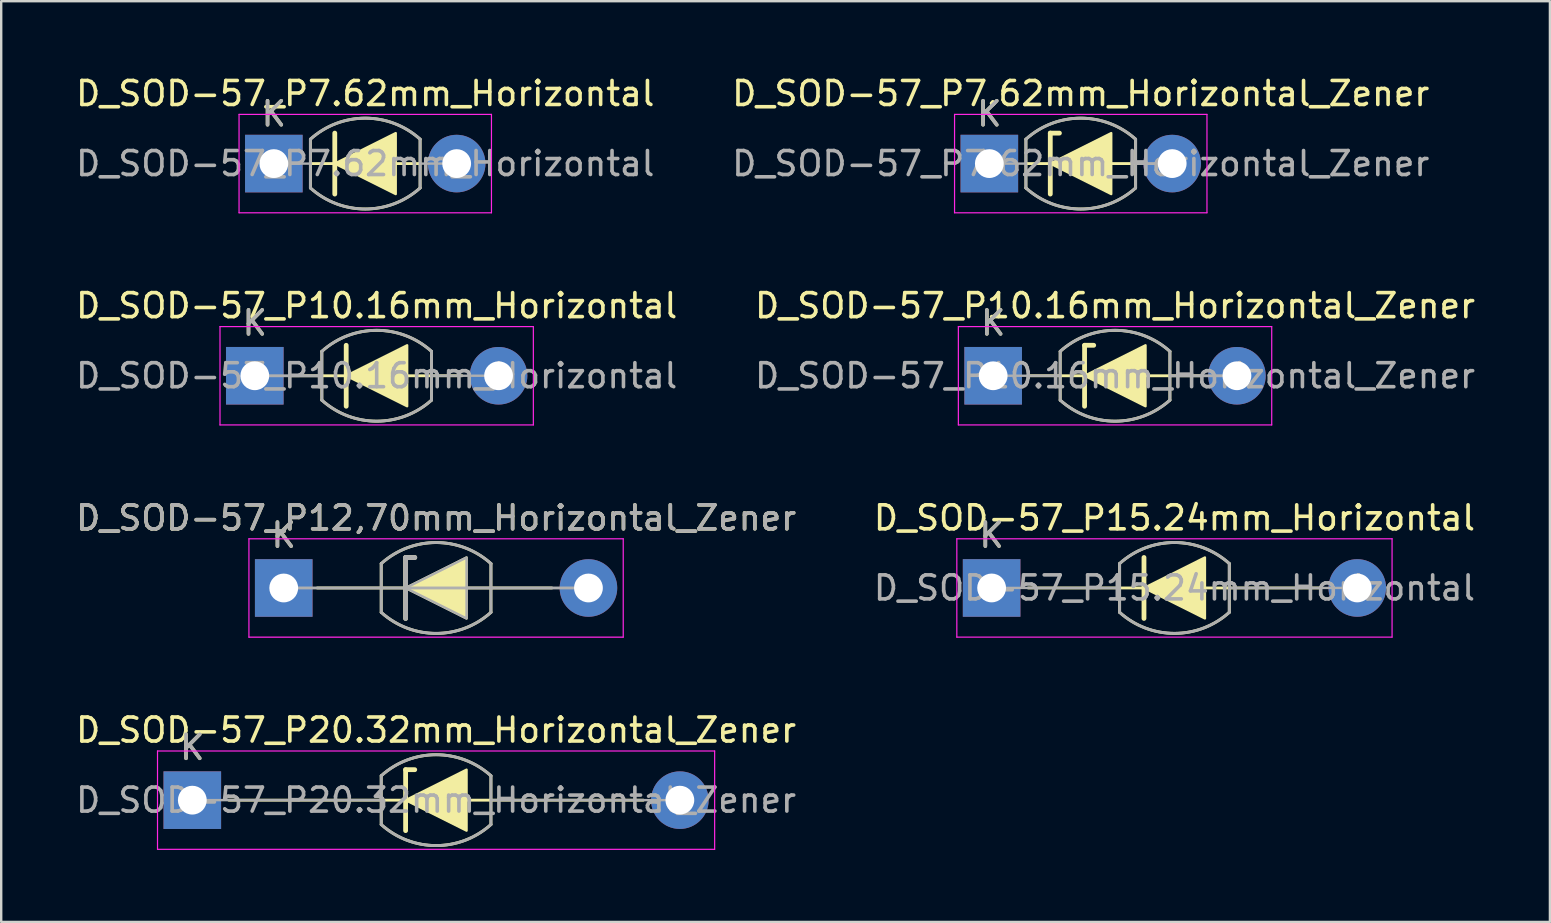
<source format=kicad_pcb>
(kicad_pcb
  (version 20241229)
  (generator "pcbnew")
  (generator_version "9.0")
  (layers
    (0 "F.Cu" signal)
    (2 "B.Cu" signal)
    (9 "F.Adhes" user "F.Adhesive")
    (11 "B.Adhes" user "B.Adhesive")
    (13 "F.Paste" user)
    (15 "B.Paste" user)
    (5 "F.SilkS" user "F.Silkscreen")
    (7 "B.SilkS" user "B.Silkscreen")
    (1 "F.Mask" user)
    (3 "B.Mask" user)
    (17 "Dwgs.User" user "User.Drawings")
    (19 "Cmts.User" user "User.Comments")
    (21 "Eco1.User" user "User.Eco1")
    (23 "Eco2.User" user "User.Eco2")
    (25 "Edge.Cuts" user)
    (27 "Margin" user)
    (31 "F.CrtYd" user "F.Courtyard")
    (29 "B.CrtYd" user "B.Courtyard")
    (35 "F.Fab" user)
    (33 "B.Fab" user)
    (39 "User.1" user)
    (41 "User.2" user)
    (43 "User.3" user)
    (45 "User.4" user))
  (footprint "D_SOD-57_P12,70mm_Horizontal_Zener"
    (layer "F.Cu")
    (at 8.775 21.456)
    (property "Reference" "D_SOD-57_P12,70mm_Horizontal_Zener" (at 6.35 -2.92 0) (layer "F.SilkS") (effects (font (size 1 1) (thickness 0.15))))
    (attr through_hole)
    (fp_line (start 1.397 0) (end 11.176 0) (stroke (width 0.12) (type solid)) (layer "F.SilkS"))
    (fp_line (start 4.064 -1.016) (end 4.064 1.016) (stroke (width 0.12) (type solid)) (layer "F.SilkS"))
    (fp_line (start 5.08 -1.27) (end 5.461 -1.27) (stroke (width 0.2) (type solid)) (layer "F.SilkS"))
    (fp_line (start 5.08 1.27) (end 5.08 -1.27) (stroke (width 0.2) (type solid)) (layer "F.SilkS"))
    (fp_line (start 8.636 -1.016) (end 8.636 1.016) (stroke (width 0.12) (type solid)) (layer "F.SilkS"))
    (fp_arc (start 4.064 -1.016) (mid 6.349999 -1.89322) (end 8.635998 -1.016) (stroke (width 0.12) (type solid)) (layer "F.SilkS"))
    (fp_arc (start 8.636 1.016) (mid 6.350001 1.89322) (end 4.064002 1.016) (stroke (width 0.12) (type solid)) (layer "F.SilkS"))
    (fp_poly (pts (xy 7.62 1.27) (xy 5.08 0) (xy 7.62 -1.27)) (stroke (width 0.1) (type solid)) (fill yes) (layer "F.SilkS"))
    (fp_line (start -1.45 -2.05) (end -1.45 2.05) (stroke (width 0.05) (type solid)) (layer "F.CrtYd"))
    (fp_line (start -1.45 2.05) (end 14.15 2.05) (stroke (width 0.05) (type solid)) (layer "F.CrtYd"))
    (fp_line (start 14.15 -2.05) (end -1.45 -2.05) (stroke (width 0.05) (type solid)) (layer "F.CrtYd"))
    (fp_line (start 14.15 2.05) (end 14.15 -2.05) (stroke (width 0.05) (type solid)) (layer "F.CrtYd"))
    (fp_line (start 0 0) (end 12.7 0) (stroke (width 0.12) (type solid)) (layer "F.Fab"))
    (fp_line (start 4.064 -1.016) (end 4.064 1.016) (stroke (width 0.12) (type solid)) (layer "F.Fab"))
    (fp_line (start 5.08 -1.27) (end 5.461 -1.27) (stroke (width 0.2) (type solid)) (layer "F.Fab"))
    (fp_line (start 5.08 1.27) (end 5.08 -1.27) (stroke (width 0.2) (type solid)) (layer "F.Fab"))
    (fp_line (start 8.636 -1.016) (end 8.636 1.016) (stroke (width 0.12) (type solid)) (layer "F.Fab"))
    (fp_arc (start 4.064 -1.016) (mid 6.35037 -1.894241) (end 8.637132 -1.017021) (stroke (width 0.12) (type solid)) (layer "F.Fab"))
    (fp_arc (start 8.637134 1.014979) (mid 6.350764 1.89322) (end 4.064002 1.016) (stroke (width 0.12) (type solid)) (layer "F.Fab"))
    (fp_poly (pts (xy 7.62 1.27) (xy 5.08 0) (xy 7.62 -1.27)) (stroke (width 0.1) (type solid)) (fill no) (layer "F.Fab"))
    (fp_text user "K" (at 0 -2.2 0) (layer "F.SilkS") (effects (font (size 1 1) (thickness 0.15))))
    (fp_text user "${REFERENCE}" (at 6.35 -2.921 0) (layer "F.Fab") (effects (font (size 1 1) (thickness 0.15))))
    (fp_text user "K" (at 0 -2.2 0) (layer "F.Fab") (effects (font (size 1 1) (thickness 0.15))))
    (pad "1" thru_hole rect (at 0 0) (size 2.4 2.4) (drill 1.2) (layers "*.Cu" "*.Mask"))
    (pad "2" thru_hole oval (at 12.7 0) (size 2.4 2.4) (drill 1.2) (layers "*.Cu" "*.Mask")))
  (footprint "D_SOD-57_P15.24mm_Horizontal"
    (layer "F.Cu")
    (at 38.279 21.455)
    (property "Reference" "D_SOD-57_P15.24mm_Horizontal" (at 7.62 -2.92 0) (layer "F.SilkS") (effects (font (size 1 1) (thickness 0.15))))
    (attr through_hole)
    (fp_line (start 1.524 0) (end 13.716 0) (stroke (width 0.12) (type solid)) (layer "F.SilkS"))
    (fp_line (start 5.334 -1.016) (end 5.334 1.016) (stroke (width 0.12) (type solid)) (layer "F.SilkS"))
    (fp_line (start 6.35 1.27) (end 6.35 -1.27) (stroke (width 0.2) (type solid)) (layer "F.SilkS"))
    (fp_line (start 9.906 -1.016) (end 9.906 1.016) (stroke (width 0.12) (type solid)) (layer "F.SilkS"))
    (fp_arc (start 5.334 -1.016) (mid 7.619999 -1.89322) (end 9.905998 -1.016) (stroke (width 0.12) (type solid)) (layer "F.SilkS"))
    (fp_arc (start 9.906 1.016) (mid 7.620001 1.89322) (end 5.334002 1.016) (stroke (width 0.12) (type solid)) (layer "F.SilkS"))
    (fp_poly (pts (xy 8.89 1.27) (xy 6.35 0) (xy 8.89 -1.27)) (stroke (width 0.1) (type solid)) (fill yes) (layer "F.SilkS"))
    (fp_line (start -1.45 -2.05) (end -1.45 2.05) (stroke (width 0.05) (type solid)) (layer "F.CrtYd"))
    (fp_line (start -1.45 2.05) (end 16.69 2.05) (stroke (width 0.05) (type solid)) (layer "F.CrtYd"))
    (fp_line (start 16.69 -2.05) (end -1.45 -2.05) (stroke (width 0.05) (type solid)) (layer "F.CrtYd"))
    (fp_line (start 16.69 2.05) (end 16.69 -2.05) (stroke (width 0.05) (type solid)) (layer "F.CrtYd"))
    (fp_line (start 0 0) (end 5.334 0) (stroke (width 0.1) (type solid)) (layer "F.Fab"))
    (fp_line (start 5.334 -1.016) (end 5.334 1.016) (stroke (width 0.12) (type solid)) (layer "F.Fab"))
    (fp_line (start 9.906 -1.016) (end 9.906 1.016) (stroke (width 0.12) (type solid)) (layer "F.Fab"))
    (fp_line (start 15.24 0) (end 9.906 0) (stroke (width 0.1) (type solid)) (layer "F.Fab"))
    (fp_arc (start 5.334 -1.016) (mid 7.62037 -1.894241) (end 9.907132 -1.017021) (stroke (width 0.12) (type solid)) (layer "F.Fab"))
    (fp_arc (start 9.907134 1.014979) (mid 7.620764 1.89322) (end 5.334002 1.016) (stroke (width 0.12) (type solid)) (layer "F.Fab"))
    (fp_text user "K" (at 0 -2.2 0) (layer "F.SilkS") (effects (font (size 1 1) (thickness 0.15))))
    (fp_text user "${REFERENCE}" (at 7.62 0 0) (layer "F.Fab") (effects (font (size 1 1) (thickness 0.15))))
    (fp_text user "K" (at 0 -2.2 0) (layer "F.Fab") (effects (font (size 1 1) (thickness 0.15))))
    (pad "1" thru_hole rect (at 0 0) (size 2.4 2.4) (drill 1.2) (layers "*.Cu" "*.Mask"))
    (pad "2" thru_hole oval (at 15.24 0) (size 2.4 2.4) (drill 1.2) (layers "*.Cu" "*.Mask")))
  (footprint "D_SOD-57_P10.16mm_Horizontal"
    (layer "F.Cu")
    (at 7.569 12.611)
    (property "Reference" "D_SOD-57_P10.16mm_Horizontal" (at 5.08 -2.92 0) (layer "F.SilkS") (effects (font (size 1 1) (thickness 0.15))))
    (attr through_hole)
    (fp_line (start 1.524 0) (end 8.636 0) (stroke (width 0.12) (type solid)) (layer "F.SilkS"))
    (fp_line (start 2.794 -1.016) (end 2.794 1.016) (stroke (width 0.12) (type solid)) (layer "F.SilkS"))
    (fp_line (start 3.81 1.27) (end 3.81 -1.27) (stroke (width 0.2) (type solid)) (layer "F.SilkS"))
    (fp_line (start 7.366 -1.016) (end 7.366 1.016) (stroke (width 0.12) (type solid)) (layer "F.SilkS"))
    (fp_arc (start 2.794 -1.016) (mid 5.079999 -1.89322) (end 7.365998 -1.016) (stroke (width 0.12) (type solid)) (layer "F.SilkS"))
    (fp_arc (start 7.366 1.016) (mid 5.080001 1.89322) (end 2.794002 1.016) (stroke (width 0.12) (type solid)) (layer "F.SilkS"))
    (fp_poly (pts (xy 6.35 1.27) (xy 3.81 0) (xy 6.35 -1.27)) (stroke (width 0.1) (type solid)) (fill yes) (layer "F.SilkS"))
    (fp_line (start -1.45 -2.05) (end -1.45 2.05) (stroke (width 0.05) (type solid)) (layer "F.CrtYd"))
    (fp_line (start -1.45 2.05) (end 11.61 2.05) (stroke (width 0.05) (type solid)) (layer "F.CrtYd"))
    (fp_line (start 11.61 -2.05) (end -1.45 -2.05) (stroke (width 0.05) (type solid)) (layer "F.CrtYd"))
    (fp_line (start 11.61 2.05) (end 11.61 -2.05) (stroke (width 0.05) (type solid)) (layer "F.CrtYd"))
    (fp_line (start 0 0) (end 2.794 0) (stroke (width 0.12) (type solid)) (layer "F.Fab"))
    (fp_line (start 2.794 -1.016) (end 2.794 1.016) (stroke (width 0.12) (type solid)) (layer "F.Fab"))
    (fp_line (start 7.366 -1.016) (end 7.366 1.016) (stroke (width 0.12) (type solid)) (layer "F.Fab"))
    (fp_line (start 7.366 0) (end 10.16 0) (stroke (width 0.1) (type solid)) (layer "F.Fab"))
    (fp_arc (start 2.794 -1.016) (mid 5.08037 -1.894241) (end 7.367132 -1.017021) (stroke (width 0.12) (type solid)) (layer "F.Fab"))
    (fp_arc (start 7.367134 1.014979) (mid 5.080764 1.89322) (end 2.794002 1.016) (stroke (width 0.12) (type solid)) (layer "F.Fab"))
    (fp_text user "K" (at 0 -2.2 0) (layer "F.SilkS") (effects (font (size 1 1) (thickness 0.15))))
    (fp_text user "K" (at 0 -2.2 0) (layer "F.Fab") (effects (font (size 1 1) (thickness 0.15))))
    (fp_text user "${REFERENCE}" (at 5.08 0 0) (layer "F.Fab") (effects (font (size 1 1) (thickness 0.15))))
    (pad "1" thru_hole rect (at 0 0) (size 2.4 2.4) (drill 1.2) (layers "*.Cu" "*.Mask"))
    (pad "2" thru_hole oval (at 10.16 0) (size 2.4 2.4) (drill 1.2) (layers "*.Cu" "*.Mask")))
  (footprint "D_SOD-57_P7.62mm_Horizontal_Zener"
    (layer "F.Cu")
    (at 38.184 3.768)
    (property "Reference" "D_SOD-57_P7.62mm_Horizontal_Zener" (at 3.81 -2.92 0) (layer "F.SilkS") (effects (font (size 1 1) (thickness 0.15))))
    (attr through_hole)
    (fp_line (start 1.524 -1.016) (end 1.524 1.016) (stroke (width 0.12) (type solid)) (layer "F.SilkS"))
    (fp_line (start 1.524 0) (end 6.096 0) (stroke (width 0.12) (type solid)) (layer "F.SilkS"))
    (fp_line (start 2.54 -1.27) (end 2.921 -1.27) (stroke (width 0.2) (type solid)) (layer "F.SilkS"))
    (fp_line (start 2.54 1.27) (end 2.54 -1.27) (stroke (width 0.2) (type solid)) (layer "F.SilkS"))
    (fp_line (start 6.096 -1.016) (end 6.096 1.016) (stroke (width 0.12) (type solid)) (layer "F.SilkS"))
    (fp_arc (start 1.524 -1.016) (mid 3.809999 -1.89322) (end 6.095998 -1.016) (stroke (width 0.12) (type solid)) (layer "F.SilkS"))
    (fp_arc (start 6.096 1.016) (mid 3.810001 1.89322) (end 1.524002 1.016) (stroke (width 0.12) (type solid)) (layer "F.SilkS"))
    (fp_poly (pts (xy 5.08 1.27) (xy 2.54 0) (xy 5.08 -1.27)) (stroke (width 0.1) (type solid)) (fill yes) (layer "F.SilkS"))
    (fp_line (start -1.45 -2.05) (end -1.45 2.05) (stroke (width 0.05) (type solid)) (layer "F.CrtYd"))
    (fp_line (start -1.45 2.05) (end 9.07 2.05) (stroke (width 0.05) (type solid)) (layer "F.CrtYd"))
    (fp_line (start 9.07 -2.05) (end -1.45 -2.05) (stroke (width 0.05) (type solid)) (layer "F.CrtYd"))
    (fp_line (start 9.07 2.05) (end 9.07 -2.05) (stroke (width 0.05) (type solid)) (layer "F.CrtYd"))
    (fp_line (start 0 0) (end 1.524 0) (stroke (width 0.1) (type solid)) (layer "F.Fab"))
    (fp_line (start 1.524 -1.016) (end 1.524 1.016) (stroke (width 0.12) (type solid)) (layer "F.Fab"))
    (fp_line (start 6.096 -1.016) (end 6.096 1.016) (stroke (width 0.12) (type solid)) (layer "F.Fab"))
    (fp_line (start 6.096 0) (end 7.62 0) (stroke (width 0.12) (type solid)) (layer "F.Fab"))
    (fp_arc (start 1.524 -1.016) (mid 3.81037 -1.894241) (end 6.097132 -1.017021) (stroke (width 0.12) (type solid)) (layer "F.Fab"))
    (fp_arc (start 6.097134 1.014979) (mid 3.810764 1.89322) (end 1.524002 1.016) (stroke (width 0.12) (type solid)) (layer "F.Fab"))
    (fp_text user "K" (at 0 -2.073 0) (layer "F.SilkS") (effects (font (size 1 1) (thickness 0.15))))
    (fp_text user "K" (at 0 -2.073 0) (layer "F.Fab") (effects (font (size 1 1) (thickness 0.15))))
    (fp_text user "${REFERENCE}" (at 3.81 0 0) (layer "F.Fab") (effects (font (size 1 1) (thickness 0.15))))
    (pad "1" thru_hole rect (at 0 0) (size 2.4 2.4) (drill 1.2) (layers "*.Cu" "*.Mask"))
    (pad "2" thru_hole oval (at 7.62 0) (size 2.4 2.4) (drill 1.2) (layers "*.Cu" "*.Mask")))
  (footprint "D_SOD-57_P20.32mm_Horizontal_Zener"
    (layer "F.Cu")
    (at 4.965 30.299)
    (property "Reference" "D_SOD-57_P20.32mm_Horizontal_Zener" (at 10.16 -2.92 0) (layer "F.SilkS") (effects (font (size 1 1) (thickness 0.15))))
    (attr through_hole)
    (fp_line (start 1.524 0) (end 18.796 0) (stroke (width 0.12) (type solid)) (layer "F.SilkS"))
    (fp_line (start 7.874 -1.016) (end 7.874 1.016) (stroke (width 0.12) (type solid)) (layer "F.SilkS"))
    (fp_line (start 8.89 -1.27) (end 9.271 -1.27) (stroke (width 0.2) (type solid)) (layer "F.SilkS"))
    (fp_line (start 8.89 1.27) (end 8.89 -1.27) (stroke (width 0.2) (type solid)) (layer "F.SilkS"))
    (fp_line (start 12.446 -1.016) (end 12.446 1.016) (stroke (width 0.12) (type solid)) (layer "F.SilkS"))
    (fp_arc (start 7.874 -1.016) (mid 10.159999 -1.89322) (end 12.445998 -1.016) (stroke (width 0.12) (type solid)) (layer "F.SilkS"))
    (fp_arc (start 12.446 1.016) (mid 10.160001 1.89322) (end 7.874002 1.016) (stroke (width 0.12) (type solid)) (layer "F.SilkS"))
    (fp_poly (pts (xy 11.43 1.27) (xy 8.89 0) (xy 11.43 -1.27)) (stroke (width 0.1) (type solid)) (fill yes) (layer "F.SilkS"))
    (fp_line (start -1.45 -2.05) (end -1.45 2.05) (stroke (width 0.05) (type solid)) (layer "F.CrtYd"))
    (fp_line (start -1.45 2.05) (end 21.77 2.05) (stroke (width 0.05) (type solid)) (layer "F.CrtYd"))
    (fp_line (start 21.77 -2.05) (end -1.45 -2.05) (stroke (width 0.05) (type solid)) (layer "F.CrtYd"))
    (fp_line (start 21.77 2.05) (end 21.77 -2.05) (stroke (width 0.05) (type solid)) (layer "F.CrtYd"))
    (fp_line (start 0 0) (end 7.874 0) (stroke (width 0.1) (type solid)) (layer "F.Fab"))
    (fp_line (start 7.874 -1.016) (end 7.874 1.016) (stroke (width 0.12) (type solid)) (layer "F.Fab"))
    (fp_line (start 12.446 -1.016) (end 12.446 1.016) (stroke (width 0.12) (type solid)) (layer "F.Fab"))
    (fp_line (start 20.32 0) (end 12.446 0) (stroke (width 0.1) (type solid)) (layer "F.Fab"))
    (fp_arc (start 7.874 -1.016) (mid 10.16037 -1.894241) (end 12.447132 -1.017021) (stroke (width 0.12) (type solid)) (layer "F.Fab"))
    (fp_arc (start 12.447134 1.014979) (mid 10.160764 1.89322) (end 7.874002 1.016) (stroke (width 0.12) (type solid)) (layer "F.Fab"))
    (fp_text user "K" (at 0 -2.2 0) (layer "F.SilkS") (effects (font (size 1 1) (thickness 0.15))))
    (fp_text user "${REFERENCE}" (at 10.16 0 0) (layer "F.Fab") (effects (font (size 1 1) (thickness 0.15))))
    (fp_text user "K" (at 0 -2.2 0) (layer "F.Fab") (effects (font (size 1 1) (thickness 0.15))))
    (pad "1" thru_hole rect (at 0 0) (size 2.4 2.4) (drill 1.2) (layers "*.Cu" "*.Mask"))
    (pad "2" thru_hole oval (at 20.32 0) (size 2.4 2.4) (drill 1.2) (layers "*.Cu" "*.Mask")))
  (footprint "D_SOD-57_P7.62mm_Horizontal"
    (layer "F.Cu")
    (at 8.363 3.768)
    (property "Reference" "D_SOD-57_P7.62mm_Horizontal" (at 3.81 -2.92 0) (layer "F.SilkS") (effects (font (size 1 1) (thickness 0.15))))
    (attr through_hole)
    (fp_line (start 1.524 -1.016) (end 1.524 1.016) (stroke (width 0.12) (type solid)) (layer "F.SilkS"))
    (fp_line (start 1.524 0) (end 6.096 0) (stroke (width 0.12) (type solid)) (layer "F.SilkS"))
    (fp_line (start 2.54 1.27) (end 2.54 -1.27) (stroke (width 0.2) (type solid)) (layer "F.SilkS"))
    (fp_line (start 6.096 -1.016) (end 6.096 1.016) (stroke (width 0.12) (type solid)) (layer "F.SilkS"))
    (fp_arc (start 1.524 -1.016) (mid 3.809999 -1.89322) (end 6.095998 -1.016) (stroke (width 0.12) (type solid)) (layer "F.SilkS"))
    (fp_arc (start 6.096 1.016) (mid 3.810001 1.89322) (end 1.524002 1.016) (stroke (width 0.12) (type solid)) (layer "F.SilkS"))
    (fp_poly (pts (xy 5.08 1.27) (xy 2.54 0) (xy 5.08 -1.27)) (stroke (width 0.1) (type solid)) (fill yes) (layer "F.SilkS"))
    (fp_line (start -1.45 -2.05) (end -1.45 2.05) (stroke (width 0.05) (type solid)) (layer "F.CrtYd"))
    (fp_line (start -1.45 2.05) (end 9.07 2.05) (stroke (width 0.05) (type solid)) (layer "F.CrtYd"))
    (fp_line (start 9.07 -2.05) (end -1.45 -2.05) (stroke (width 0.05) (type solid)) (layer "F.CrtYd"))
    (fp_line (start 9.07 2.05) (end 9.07 -2.05) (stroke (width 0.05) (type solid)) (layer "F.CrtYd"))
    (fp_line (start 0 0) (end 1.524 0) (stroke (width 0.1) (type solid)) (layer "F.Fab"))
    (fp_line (start 1.524 -1.016) (end 1.524 1.016) (stroke (width 0.12) (type solid)) (layer "F.Fab"))
    (fp_line (start 6.096 -1.016) (end 6.096 1.016) (stroke (width 0.12) (type solid)) (layer "F.Fab"))
    (fp_line (start 7.62 0) (end 6.096 0) (stroke (width 0.1) (type solid)) (layer "F.Fab"))
    (fp_arc (start 1.524 -1.016) (mid 3.81037 -1.894241) (end 6.097132 -1.017021) (stroke (width 0.12) (type solid)) (layer "F.Fab"))
    (fp_arc (start 6.097134 1.014979) (mid 3.810764 1.89322) (end 1.524002 1.016) (stroke (width 0.12) (type solid)) (layer "F.Fab"))
    (fp_text user "K" (at 0 -2.073 0) (layer "F.SilkS") (effects (font (size 1 1) (thickness 0.15))))
    (fp_text user "K" (at 0 -2.073 0) (layer "F.Fab") (effects (font (size 1 1) (thickness 0.15))))
    (fp_text user "${REFERENCE}" (at 3.81 0 0) (layer "F.Fab") (effects (font (size 1 1) (thickness 0.15))))
    (pad "1" thru_hole rect (at 0 0) (size 2.4 2.4) (drill 1.2) (layers "*.Cu" "*.Mask"))
    (pad "2" thru_hole oval (at 7.62 0) (size 2.4 2.4) (drill 1.2) (layers "*.Cu" "*.Mask")))
  (footprint "D_SOD-57_P10.16mm_Horizontal_Zener"
    (layer "F.Cu")
    (at 38.343 12.611)
    (property "Reference" "D_SOD-57_P10.16mm_Horizontal_Zener" (at 5.08 -2.92 0) (layer "F.SilkS") (effects (font (size 1 1) (thickness 0.15))))
    (attr through_hole)
    (fp_line (start 1.524 0) (end 8.636 0) (stroke (width 0.12) (type solid)) (layer "F.SilkS"))
    (fp_line (start 2.794 -1.016) (end 2.794 1.016) (stroke (width 0.12) (type solid)) (layer "F.SilkS"))
    (fp_line (start 3.81 -1.27) (end 4.191 -1.27) (stroke (width 0.2) (type solid)) (layer "F.SilkS"))
    (fp_line (start 3.81 1.27) (end 3.81 -1.27) (stroke (width 0.2) (type solid)) (layer "F.SilkS"))
    (fp_line (start 7.366 -1.016) (end 7.366 1.016) (stroke (width 0.12) (type solid)) (layer "F.SilkS"))
    (fp_arc (start 2.794 -1.016) (mid 5.079999 -1.89322) (end 7.365998 -1.016) (stroke (width 0.12) (type solid)) (layer "F.SilkS"))
    (fp_arc (start 7.366 1.016) (mid 5.080001 1.89322) (end 2.794002 1.016) (stroke (width 0.12) (type solid)) (layer "F.SilkS"))
    (fp_poly (pts (xy 6.35 1.27) (xy 3.81 0) (xy 6.35 -1.27)) (stroke (width 0.1) (type solid)) (fill yes) (layer "F.SilkS"))
    (fp_line (start -1.45 -2.05) (end -1.45 2.05) (stroke (width 0.05) (type solid)) (layer "F.CrtYd"))
    (fp_line (start -1.45 2.05) (end 11.61 2.05) (stroke (width 0.05) (type solid)) (layer "F.CrtYd"))
    (fp_line (start 11.61 -2.05) (end -1.45 -2.05) (stroke (width 0.05) (type solid)) (layer "F.CrtYd"))
    (fp_line (start 11.61 2.05) (end 11.61 -2.05) (stroke (width 0.05) (type solid)) (layer "F.CrtYd"))
    (fp_line (start 0 0) (end 2.794 0) (stroke (width 0.1) (type solid)) (layer "F.Fab"))
    (fp_line (start 2.794 -1.016) (end 2.794 1.016) (stroke (width 0.12) (type solid)) (layer "F.Fab"))
    (fp_line (start 7.366 -1.016) (end 7.366 1.016) (stroke (width 0.12) (type solid)) (layer "F.Fab"))
    (fp_line (start 7.366 0) (end 10.16 0) (stroke (width 0.12) (type solid)) (layer "F.Fab"))
    (fp_arc (start 2.794 -1.016) (mid 5.08037 -1.894241) (end 7.367132 -1.017021) (stroke (width 0.12) (type solid)) (layer "F.Fab"))
    (fp_arc (start 7.367134 1.014979) (mid 5.080764 1.89322) (end 2.794002 1.016) (stroke (width 0.12) (type solid)) (layer "F.Fab"))
    (fp_text user "K" (at 0 -2.2 0) (layer "F.SilkS") (effects (font (size 1 1) (thickness 0.15))))
    (fp_text user "K" (at 0 -2.2 0) (layer "F.Fab") (effects (font (size 1 1) (thickness 0.15))))
    (fp_text user "${REFERENCE}" (at 5.08 0 0) (layer "F.Fab") (effects (font (size 1 1) (thickness 0.15))))
    (pad "1" thru_hole rect (at 0 0) (size 2.4 2.4) (drill 1.2) (layers "*.Cu" "*.Mask"))
    (pad "2" thru_hole oval (at 10.16 0) (size 2.4 2.4) (drill 1.2) (layers "*.Cu" "*.Mask")))
  (gr_rect
    (start -3 -3)
    (end 61.548 35.374)
    (stroke (width 0.1) (type default))
    (fill no)
    (layer "Edge.Cuts")))
</source>
